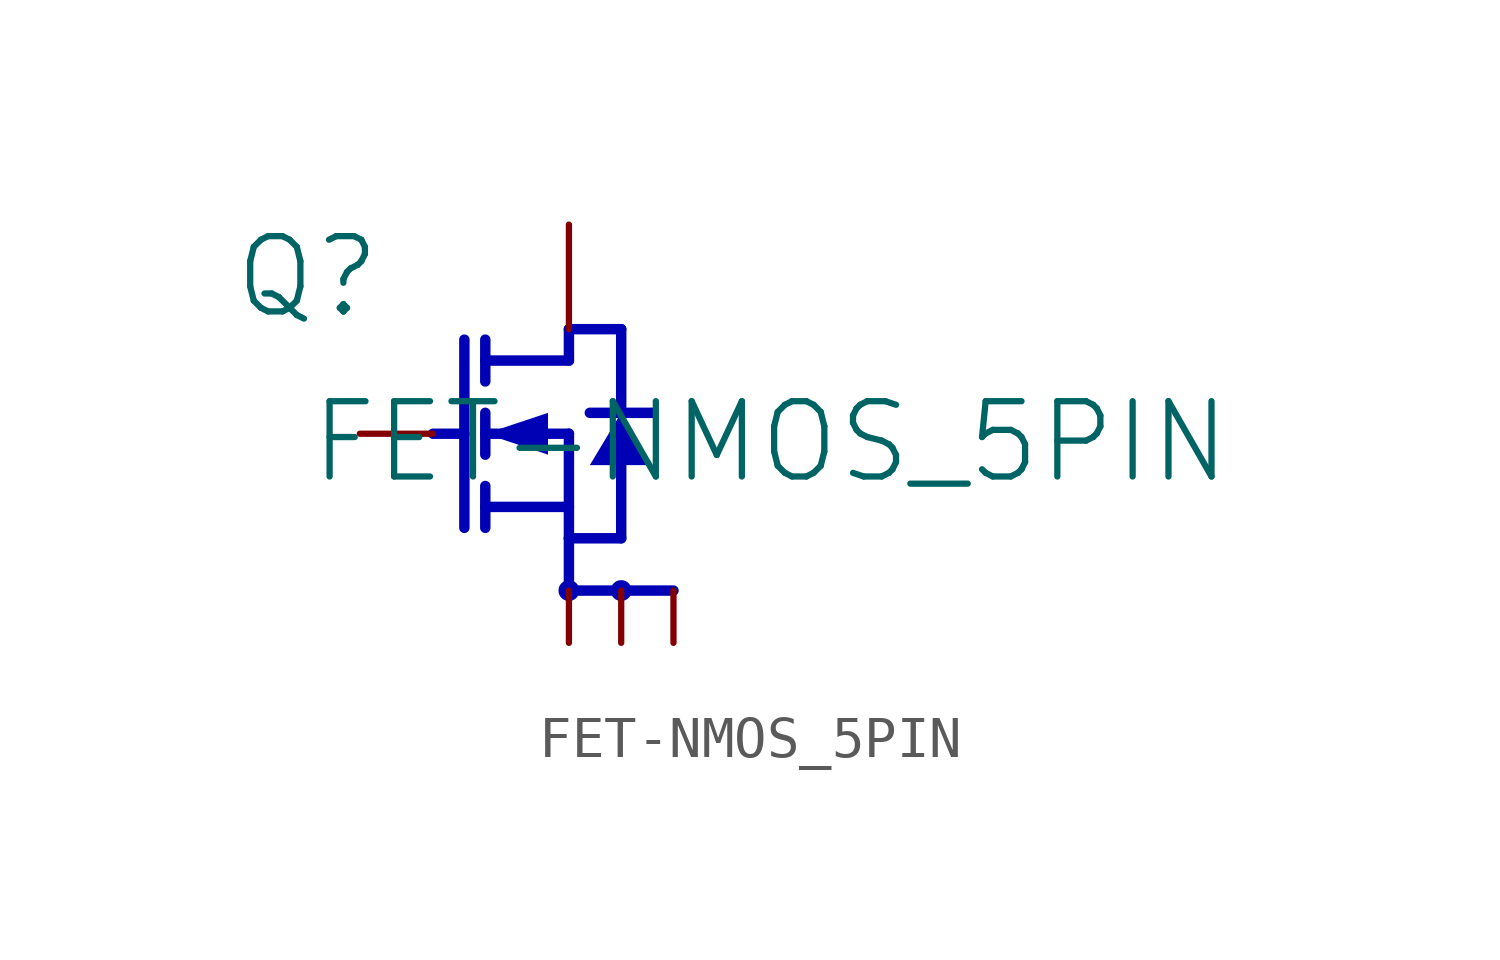
<source format=kicad_sym>
(kicad_symbol_lib
  (version 20231120)
  (generator "kicad_symbol_editor")
  (generator_version "8.0")
  (symbol "FET-NMOS_5PIN"
    (property "Reference" "Q"
      (at -1.27 1.27 0)
      (effects (font (size 1.829 1.829))))
    (property "Value" "FET-NMOS_5PIN"
      (at -1.27 -3.81 0)
      (effects (font (size 1.829 1.829)) (justify left bottom)))
    (symbol "FET-NMOS_5PIN_1_0"
      (polyline (pts (xy 1.778 -2.54) (xy 2.54 -2.54)) (stroke (width 0.254) (type solid) (color 0 0 180 1)) (fill (type none)))
      (polyline (pts (xy 2.54 -0.254) (xy 2.54 -4.826)) (stroke (width 0.254) (type solid) (color 0 0 180 1)) (fill (type none)))
      (polyline (pts (xy 3.048 -4.826) (xy 3.048 -3.81)) (stroke (width 0.254) (type solid) (color 0 0 180 1)) (fill (type none)))
      (polyline (pts (xy 3.048 -3.048) (xy 3.048 -2.032)) (stroke (width 0.254) (type solid) (color 0 0 180 1)) (fill (type none)))
      (polyline (pts (xy 3.048 -0.254) (xy 3.048 -1.27)) (stroke (width 0.254) (type solid) (color 0 0 180 1)) (fill (type none)))
      (polyline (pts (xy 5.08 -6.35) (xy 5.08 -5.08)) (stroke (width 0.254) (type solid) (color 0 0 180 1)) (fill (type none)))
      (polyline (pts (xy 5.08 -6.35) (xy 7.62 -6.35)) (stroke (width 0.254) (type solid) (color 0 0 180 1)) (fill (type none)))
      (polyline (pts (xy 5.08 -5.08) (xy 6.35 -5.08)) (stroke (width 0.254) (type solid) (color 0 0 180 1)) (fill (type none)))
      (polyline (pts (xy 5.08 -4.318) (xy 3.048 -4.318)) (stroke (width 0.254) (type solid) (color 0 0 180 1)) (fill (type none)))
      (polyline (pts (xy 5.08 -2.54) (xy 3.048 -2.54)) (stroke (width 0.254) (type solid) (color 0 0 180 1)) (fill (type none)))
      (polyline (pts (xy 5.08 -2.54) (xy 5.08 -5.08)) (stroke (width 0.254) (type solid) (color 0 0 180 1)) (fill (type none)))
      (polyline (pts (xy 5.08 -0.762) (xy 3.048 -0.762)) (stroke (width 0.254) (type solid) (color 0 0 180 1)) (fill (type none)))
      (polyline (pts (xy 5.08 -0.762) (xy 5.08 0)) (stroke (width 0.254) (type solid) (color 0 0 180 1)) (fill (type none)))
      (polyline (pts (xy 5.08 0) (xy 6.35 0)) (stroke (width 0.254) (type solid) (color 0 0 180 1)) (fill (type none)))
      (polyline (pts (xy 5.588 -2.032) (xy 7.112 -2.032)) (stroke (width 0.254) (type solid) (color 0 0 180 1)) (fill (type none)))
      (polyline (pts (xy 6.35 -5.08) (xy 6.35 -3.302)) (stroke (width 0.254) (type solid) (color 0 0 180 1)) (fill (type none)))
      (polyline (pts (xy 6.35 0) (xy 6.35 -2.032)) (stroke (width 0.254) (type solid) (color 0 0 180 1)) (fill (type none)))
      (polyline (pts (xy 3.048 -2.54) (xy 4.572 -3.048) (xy 4.572 -2.032) (xy 3.048 -2.54)) (stroke (width -0.0001) (type solid) (color 0 0 180 1)) (fill (type outline)))
      (polyline (pts (xy 6.35 -2.032) (xy 5.588 -3.302) (xy 7.112 -3.302) (xy 6.35 -2.032)) (stroke (width -0.0001) (type solid) (color 0 0 180 1)) (fill (type outline)))
      (circle (center 5.08 -6.35) (radius 0.254) (stroke (width -0.0001) (type solid) (color 0 0 180 1)) (fill (type outline)))
      (circle (center 6.35 -6.35) (radius 0.254) (stroke (width -0.0001) (type solid) (color 0 0 180 1)) (fill (type outline)))
      (pin passive line (at 6.35 -7.62 90) (length 1.27) (name "S" (effects (font (size 0 0)))) (number "1" (effects (font (size 0 0)))))
      (pin passive line (at 5.08 -7.62 90) (length 1.27) (name "S" (effects (font (size 0 0)))) (number "2" (effects (font (size 0 0)))))
      (pin passive line (at 7.62 -7.62 90) (length 1.27) (name "S" (effects (font (size 0 0)))) (number "3" (effects (font (size 0 0)))))
      (pin passive line (at 0 -2.54 0) (length 1.778) (name "G" (effects (font (size 0 0)))) (number "4" (effects (font (size 0 0)))))
      (pin passive line (at 5.08 2.54 270) (length 2.54) (name "D" (effects (font (size 0 0)))) (number "5" (effects (font (size 0 0))))))))
</source>
